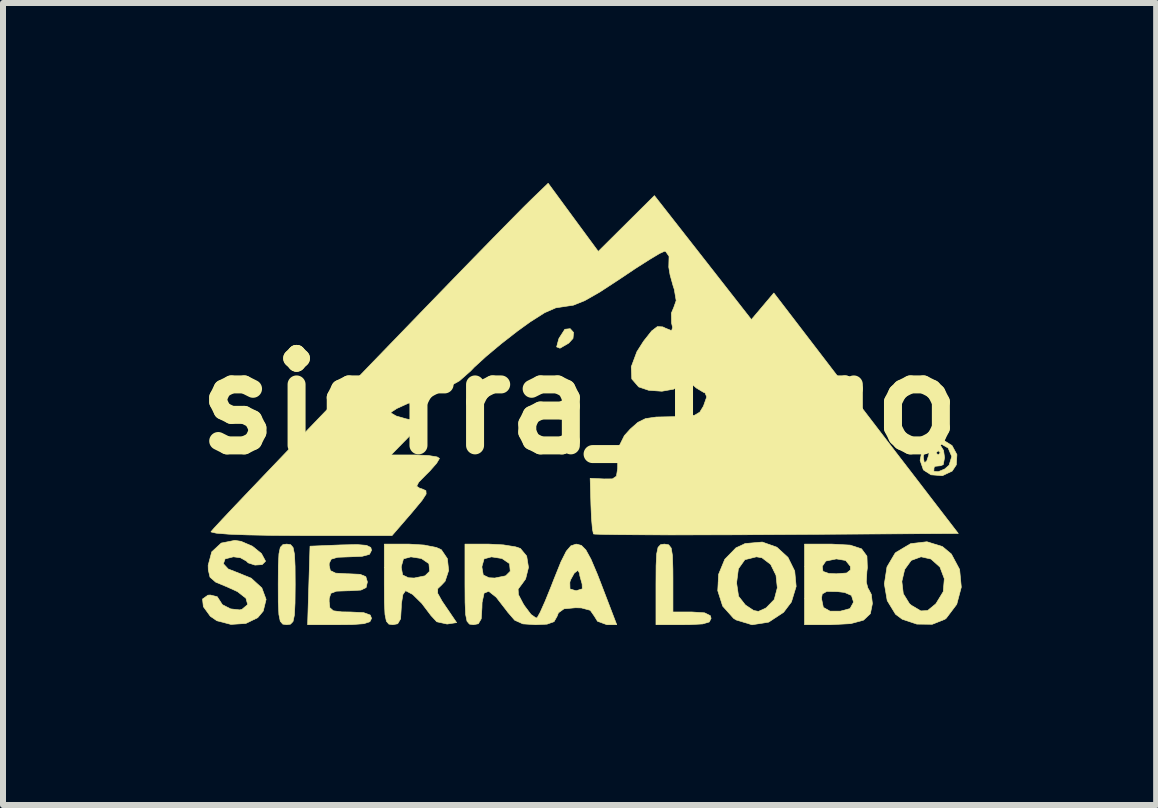
<source format=kicad_pcb>
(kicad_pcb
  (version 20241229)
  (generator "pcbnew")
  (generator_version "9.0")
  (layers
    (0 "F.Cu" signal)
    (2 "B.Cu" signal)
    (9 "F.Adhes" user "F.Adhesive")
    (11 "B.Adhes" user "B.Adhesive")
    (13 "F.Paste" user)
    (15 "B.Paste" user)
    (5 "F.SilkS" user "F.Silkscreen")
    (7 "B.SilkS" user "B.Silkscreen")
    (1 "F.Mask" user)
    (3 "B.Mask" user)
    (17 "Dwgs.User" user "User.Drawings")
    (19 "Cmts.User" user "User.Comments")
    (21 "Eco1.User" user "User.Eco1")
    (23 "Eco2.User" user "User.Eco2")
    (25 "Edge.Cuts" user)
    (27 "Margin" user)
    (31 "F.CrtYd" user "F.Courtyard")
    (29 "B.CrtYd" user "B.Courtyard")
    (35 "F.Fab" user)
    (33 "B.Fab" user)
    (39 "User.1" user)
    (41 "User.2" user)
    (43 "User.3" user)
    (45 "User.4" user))
  (footprint "sierra_logo"
    (layer "F.Cu")
    (at 6.611 3.685)
    (property "Reference" "sierra_logo" (at 0 0 0) (layer "F.SilkS") (effects (font (size 1.524 1.524) (thickness 0.3))))
    (attr through_hole)
    (fp_poly (pts (xy -0.099 -1.192) (xy -0.109 -1.093) (xy -0.18 -1.015) (xy -0.326 -0.93) (xy -0.382 -0.952) (xy -0.347 -1.083) (xy -0.341 -1.097) (xy -0.245 -1.246) (xy -0.156 -1.256) (xy -0.099 -1.192)) (stroke (width 0.01) (type solid)) (fill yes) (layer "F.SilkS"))
    (fp_poly (pts (xy -4.816 2.345) (xy -4.775 2.393) (xy -4.752 2.505) (xy -4.742 2.707) (xy -4.74 3.007) (xy -4.743 3.319) (xy -4.753 3.517) (xy -4.776 3.625) (xy -4.819 3.67) (xy -4.882 3.679) (xy -4.948 3.669) (xy -4.989 3.621) (xy -5.012 3.509) (xy -5.022 3.307) (xy -5.023 3.007) (xy -5.021 2.695) (xy -5.011 2.497) (xy -4.988 2.389) (xy -4.945 2.344) (xy -4.882 2.335) (xy -4.816 2.345)) (stroke (width 0.01) (type solid)) (fill yes) (layer "F.SilkS"))
    (fp_poly (pts (xy 1.486 2.347) (xy 1.528 2.401) (xy 1.549 2.527) (xy 1.556 2.752) (xy 1.557 2.901) (xy 1.557 3.467) (xy 1.875 3.467) (xy 2.085 3.481) (xy 2.18 3.528) (xy 2.193 3.573) (xy 2.163 3.633) (xy 2.053 3.666) (xy 1.838 3.678) (xy 1.733 3.679) (xy 1.274 3.679) (xy 1.274 3.007) (xy 1.276 2.695) (xy 1.286 2.497) (xy 1.309 2.389) (xy 1.352 2.344) (xy 1.415 2.335) (xy 1.486 2.347)) (stroke (width 0.01) (type solid)) (fill yes) (layer "F.SilkS"))
    (fp_poly (pts (xy 3.289 2.387) (xy 3.475 2.557) (xy 3.587 2.784) (xy 3.611 3.041) (xy 3.532 3.3) (xy 3.402 3.472) (xy 3.153 3.636) (xy 2.876 3.68) (xy 2.611 3.6) (xy 2.568 3.573) (xy 2.386 3.369) (xy 2.304 3.112) (xy 2.311 2.982) (xy 2.618 2.982) (xy 2.651 3.205) (xy 2.763 3.348) (xy 2.775 3.357) (xy 2.903 3.442) (xy 2.982 3.457) (xy 3.084 3.412) (xy 3.112 3.397) (xy 3.246 3.259) (xy 3.297 3.064) (xy 3.275 2.855) (xy 3.186 2.674) (xy 3.041 2.563) (xy 2.949 2.547) (xy 2.756 2.595) (xy 2.648 2.747) (xy 2.618 2.982) (xy 2.311 2.982) (xy 2.318 2.839) (xy 2.421 2.589) (xy 2.607 2.398) (xy 2.76 2.326) (xy 3.046 2.301) (xy 3.289 2.387)) (stroke (width 0.01) (type solid)) (fill yes) (layer "F.SilkS"))
    (fp_poly (pts (xy 6.049 2.376) (xy 6.198 2.5) (xy 6.336 2.758) (xy 6.364 3.053) (xy 6.288 3.339) (xy 6.113 3.571) (xy 6.091 3.588) (xy 5.88 3.672) (xy 5.623 3.669) (xy 5.38 3.588) (xy 5.268 3.505) (xy 5.129 3.277) (xy 5.081 2.996) (xy 5.088 2.957) (xy 5.373 2.957) (xy 5.397 3.162) (xy 5.5 3.329) (xy 5.534 3.357) (xy 5.69 3.449) (xy 5.802 3.443) (xy 5.934 3.335) (xy 5.943 3.325) (xy 6.063 3.128) (xy 6.081 2.912) (xy 6.008 2.718) (xy 5.858 2.584) (xy 5.693 2.547) (xy 5.529 2.607) (xy 5.42 2.758) (xy 5.373 2.957) (xy 5.088 2.957) (xy 5.125 2.716) (xy 5.26 2.487) (xy 5.275 2.473) (xy 5.519 2.328) (xy 5.791 2.296) (xy 6.049 2.376)) (stroke (width 0.01) (type solid)) (fill yes) (layer "F.SilkS"))
    (fp_poly (pts (xy -3.552 2.356) (xy -3.48 2.391) (xy -3.467 2.438) (xy -3.502 2.506) (xy -3.625 2.539) (xy -3.821 2.547) (xy -4.033 2.555) (xy -4.139 2.586) (xy -4.173 2.656) (xy -4.174 2.689) (xy -4.154 2.777) (xy -4.067 2.819) (xy -3.879 2.83) (xy -3.856 2.83) (xy -3.657 2.839) (xy -3.563 2.878) (xy -3.538 2.961) (xy -3.538 2.972) (xy -3.558 3.06) (xy -3.645 3.102) (xy -3.833 3.113) (xy -3.856 3.113) (xy -4.052 3.12) (xy -4.146 3.156) (xy -4.173 3.242) (xy -4.174 3.29) (xy -4.163 3.395) (xy -4.104 3.447) (xy -3.963 3.465) (xy -3.821 3.467) (xy -3.598 3.478) (xy -3.489 3.518) (xy -3.467 3.573) (xy -3.495 3.629) (xy -3.595 3.662) (xy -3.793 3.677) (xy -4 3.679) (xy -4.533 3.679) (xy -4.493 2.37) (xy -3.98 2.349) (xy -3.709 2.343) (xy -3.552 2.356)) (stroke (width 0.01) (type solid)) (fill yes) (layer "F.SilkS"))
    (fp_poly (pts (xy -5.643 2.289) (xy -5.454 2.37) (xy -5.303 2.492) (xy -5.236 2.616) (xy -5.236 2.623) (xy -5.291 2.677) (xy -5.41 2.685) (xy -5.524 2.648) (xy -5.554 2.618) (xy -5.652 2.563) (xy -5.77 2.547) (xy -5.909 2.582) (xy -5.937 2.663) (xy -5.857 2.75) (xy -5.749 2.792) (xy -5.474 2.903) (xy -5.296 3.066) (xy -5.225 3.257) (xy -5.273 3.452) (xy -5.365 3.562) (xy -5.563 3.658) (xy -5.811 3.674) (xy -6.046 3.613) (xy -6.155 3.538) (xy -6.271 3.378) (xy -6.285 3.251) (xy -6.195 3.187) (xy -6.155 3.184) (xy -6.04 3.212) (xy -6.014 3.252) (xy -5.954 3.345) (xy -5.817 3.415) (xy -5.666 3.432) (xy -5.626 3.422) (xy -5.532 3.343) (xy -5.561 3.238) (xy -5.703 3.127) (xy -5.872 3.05) (xy -6.066 2.969) (xy -6.16 2.887) (xy -6.189 2.765) (xy -6.191 2.689) (xy -6.131 2.464) (xy -5.973 2.318) (xy -5.746 2.273) (xy -5.643 2.289)) (stroke (width 0.01) (type solid)) (fill yes) (layer "F.SilkS"))
    (fp_poly (pts (xy -2.59 2.351) (xy -2.385 2.392) (xy -2.304 2.429) (xy -2.203 2.578) (xy -2.182 2.775) (xy -2.241 2.954) (xy -2.297 3.014) (xy -2.364 3.078) (xy -2.365 3.155) (xy -2.292 3.286) (xy -2.233 3.373) (xy -2.049 3.644) (xy -2.208 3.668) (xy -2.38 3.63) (xy -2.475 3.528) (xy -2.631 3.322) (xy -2.783 3.173) (xy -2.898 3.113) (xy -2.901 3.113) (xy -2.945 3.176) (xy -2.97 3.333) (xy -2.972 3.396) (xy -2.983 3.581) (xy -3.031 3.663) (xy -3.113 3.679) (xy -3.179 3.669) (xy -3.22 3.621) (xy -3.243 3.509) (xy -3.253 3.307) (xy -3.255 3.007) (xy -3.255 2.724) (xy -2.972 2.724) (xy -2.949 2.85) (xy -2.853 2.896) (xy -2.757 2.901) (xy -2.576 2.864) (xy -2.499 2.788) (xy -2.511 2.661) (xy -2.637 2.575) (xy -2.812 2.548) (xy -2.935 2.581) (xy -2.971 2.707) (xy -2.972 2.724) (xy -3.255 2.724) (xy -3.255 2.335) (xy -2.844 2.335) (xy -2.59 2.351)) (stroke (width 0.01) (type solid)) (fill yes) (layer "F.SilkS"))
    (fp_poly (pts (xy 4.511 2.352) (xy 4.701 2.414) (xy 4.791 2.536) (xy 4.798 2.731) (xy 4.79 2.794) (xy 4.78 2.968) (xy 4.808 3.074) (xy 4.816 3.081) (xy 4.864 3.174) (xy 4.882 3.327) (xy 4.848 3.495) (xy 4.734 3.603) (xy 4.521 3.661) (xy 4.189 3.679) (xy 4.179 3.679) (xy 3.75 3.679) (xy 3.75 3.239) (xy 4.033 3.239) (xy 4.064 3.39) (xy 4.175 3.453) (xy 4.349 3.453) (xy 4.509 3.41) (xy 4.563 3.312) (xy 4.564 3.29) (xy 4.533 3.191) (xy 4.418 3.141) (xy 4.298 3.127) (xy 4.122 3.124) (xy 4.046 3.166) (xy 4.033 3.239) (xy 3.75 3.239) (xy 3.75 2.706) (xy 4.046 2.706) (xy 4.058 2.79) (xy 4.157 2.825) (xy 4.281 2.83) (xy 4.452 2.817) (xy 4.516 2.766) (xy 4.515 2.706) (xy 4.436 2.608) (xy 4.281 2.582) (xy 4.106 2.618) (xy 4.046 2.706) (xy 3.75 2.706) (xy 3.75 2.335) (xy 4.201 2.335) (xy 4.511 2.352)) (stroke (width 0.01) (type solid)) (fill yes) (layer "F.SilkS"))
    (fp_poly (pts (xy 6.209 0.692) (xy 6.291 0.843) (xy 6.281 1.014) (xy 6.212 1.118) (xy 6.049 1.195) (xy 5.859 1.18) (xy 5.77 1.123) (xy 5.906 1.123) (xy 5.981 1.128) (xy 6.088 1.083) (xy 6.16 1.02) (xy 6.205 0.875) (xy 6.145 0.734) (xy 6.025 0.664) (xy 5.989 0.669) (xy 6.012 0.683) (xy 6.068 0.774) (xy 6.085 0.894) (xy 6.063 1.011) (xy 6.019 1.029) (xy 5.928 1.038) (xy 5.909 1.06) (xy 5.906 1.123) (xy 5.77 1.123) (xy 5.732 1.098) (xy 5.677 0.938) (xy 5.687 0.889) (xy 5.731 0.889) (xy 5.748 0.983) (xy 5.788 0.949) (xy 5.822 0.849) (xy 5.824 0.814) (xy 5.943 0.814) (xy 5.979 0.849) (xy 6.014 0.814) (xy 5.979 0.778) (xy 5.943 0.814) (xy 5.824 0.814) (xy 5.827 0.753) (xy 5.795 0.747) (xy 5.736 0.845) (xy 5.731 0.889) (xy 5.687 0.889) (xy 5.713 0.758) (xy 5.823 0.624) (xy 5.87 0.602) (xy 6.06 0.599) (xy 6.209 0.692)) (stroke (width 0.01) (type solid)) (fill yes) (layer "F.SilkS"))
    (fp_poly (pts (xy -1.27 2.348) (xy -1.066 2.381) (xy -0.986 2.408) (xy -0.881 2.535) (xy -0.851 2.724) (xy -0.899 2.916) (xy -0.961 3.002) (xy -1.024 3.086) (xy -1.019 3.177) (xy -0.941 3.326) (xy -0.916 3.366) (xy -0.809 3.508) (xy -0.725 3.567) (xy -0.705 3.56) (xy -0.656 3.472) (xy -0.572 3.284) (xy -0.47 3.032) (xy -0.446 2.97) (xy -0.162 2.97) (xy -0.159 3.083) (xy -0.057 3.113) (xy 0.046 3.081) (xy 0.043 3.001) (xy 0.005 2.864) (xy 0 2.82) (xy -0.028 2.773) (xy -0.088 2.819) (xy -0.148 2.928) (xy -0.162 2.97) (xy -0.446 2.97) (xy -0.426 2.919) (xy -0.31 2.631) (xy -0.221 2.454) (xy -0.144 2.364) (xy -0.062 2.337) (xy -0.048 2.336) (xy 0.031 2.357) (xy 0.106 2.433) (xy 0.19 2.586) (xy 0.298 2.84) (xy 0.363 3.008) (xy 0.62 3.679) (xy 0.456 3.679) (xy 0.3 3.622) (xy 0.248 3.538) (xy 0.179 3.439) (xy 0.031 3.399) (xy -0.067 3.396) (xy -0.259 3.414) (xy -0.352 3.481) (xy -0.374 3.538) (xy -0.425 3.628) (xy -0.542 3.67) (xy -0.731 3.679) (xy -0.945 3.665) (xy -1.081 3.604) (xy -1.201 3.465) (xy -1.212 3.449) (xy -1.389 3.221) (xy -1.514 3.122) (xy -1.591 3.152) (xy -1.625 3.31) (xy -1.627 3.396) (xy -1.639 3.581) (xy -1.687 3.663) (xy -1.769 3.679) (xy -1.835 3.669) (xy -1.876 3.621) (xy -1.899 3.509) (xy -1.908 3.307) (xy -1.91 3.007) (xy -1.91 2.724) (xy -1.627 2.724) (xy -1.605 2.85) (xy -1.509 2.896) (xy -1.413 2.901) (xy -1.231 2.864) (xy -1.155 2.788) (xy -1.167 2.661) (xy -1.293 2.575) (xy -1.468 2.548) (xy -1.591 2.581) (xy -1.627 2.707) (xy -1.627 2.724) (xy -1.91 2.724) (xy -1.91 2.335) (xy -1.517 2.335) (xy -1.27 2.348)) (stroke (width 0.01) (type solid)) (fill yes) (layer "F.SilkS"))
    (fp_poly (pts (xy -0.106 -3.112) (xy 0.312 -2.544) (xy 1.248 -3.474) (xy 2.057 -2.441) (xy 2.865 -1.408) (xy 3.239 -1.851) (xy 4.287 -0.483) (xy 4.614 -0.057) (xy 4.944 0.374) (xy 5.257 0.783) (xy 5.534 1.143) (xy 5.753 1.428) (xy 5.824 1.521) (xy 6.314 2.158) (xy 3.287 2.176) (xy 2.647 2.18) (xy 2.051 2.181) (xy 1.515 2.182) (xy 1.054 2.18) (xy 0.681 2.178) (xy 0.411 2.174) (xy 0.26 2.169) (xy 0.232 2.166) (xy 0.215 2.085) (xy 0.199 1.904) (xy 0.19 1.687) (xy 0.177 1.238) (xy 0.407 1.249) (xy 0.548 1.248) (xy 0.615 1.203) (xy 0.635 1.076) (xy 0.637 0.942) (xy 0.659 0.704) (xy 0.747 0.527) (xy 0.844 0.419) (xy 0.972 0.306) (xy 1.1 0.243) (xy 1.278 0.217) (xy 1.517 0.212) (xy 1.77 0.208) (xy 1.92 0.186) (xy 2.005 0.135) (xy 2.063 0.04) (xy 2.07 0.023) (xy 2.12 -0.119) (xy 2.092 -0.185) (xy 2.067 -0.195) (xy 1.947 -0.267) (xy 1.866 -0.337) (xy 1.773 -0.412) (xy 1.714 -0.376) (xy 1.687 -0.331) (xy 1.57 -0.248) (xy 1.373 -0.213) (xy 1.152 -0.229) (xy 0.986 -0.285) (xy 0.871 -0.418) (xy 0.862 -0.62) (xy 0.956 -0.872) (xy 1.067 -1.047) (xy 1.203 -1.219) (xy 1.298 -1.291) (xy 1.387 -1.286) (xy 1.431 -1.265) (xy 1.535 -1.222) (xy 1.551 -1.278) (xy 1.534 -1.35) (xy 1.531 -1.516) (xy 1.57 -1.608) (xy 1.611 -1.724) (xy 1.579 -1.912) (xy 1.561 -1.966) (xy 1.509 -2.153) (xy 1.487 -2.284) (xy 1.488 -2.3) (xy 1.492 -2.462) (xy 1.435 -2.544) (xy 1.417 -2.547) (xy 1.334 -2.509) (xy 1.162 -2.406) (xy 0.925 -2.255) (xy 0.675 -2.087) (xy 0.337 -1.866) (xy 0.086 -1.723) (xy -0.104 -1.647) (xy -0.241 -1.627) (xy -0.397 -1.603) (xy -0.582 -1.522) (xy -0.824 -1.368) (xy -1.037 -1.214) (xy -1.308 -1.003) (xy -1.561 -0.791) (xy -1.757 -0.612) (xy -1.814 -0.552) (xy -2.001 -0.387) (xy -2.257 -0.243) (xy -2.607 -0.106) (xy -2.86 -0.01) (xy -3.047 0.075) (xy -3.139 0.135) (xy -3.143 0.15) (xy -3.056 0.2) (xy -2.888 0.248) (xy -2.857 0.254) (xy -2.607 0.301) (xy -2.874 0.575) (xy -3.142 0.849) (xy -2.738 0.849) (xy -2.521 0.858) (xy -2.374 0.882) (xy -2.335 0.907) (xy -2.382 0.987) (xy -2.499 1.12) (xy -2.552 1.172) (xy -2.681 1.303) (xy -2.715 1.37) (xy -2.663 1.405) (xy -2.626 1.415) (xy -2.561 1.444) (xy -2.557 1.5) (xy -2.626 1.607) (xy -2.779 1.791) (xy -2.805 1.822) (xy -3.126 2.193) (xy -4.647 2.193) (xy -5.127 2.19) (xy -5.533 2.182) (xy -5.848 2.17) (xy -6.056 2.153) (xy -6.142 2.133) (xy -6.144 2.129) (xy -6.092 2.069) (xy -5.953 1.919) (xy -5.737 1.69) (xy -5.455 1.394) (xy -5.119 1.042) (xy -4.739 0.645) (xy -4.326 0.215) (xy -3.891 -0.237) (xy -3.445 -0.7) (xy -2.999 -1.161) (xy -2.564 -1.611) (xy -2.151 -2.037) (xy -1.771 -2.428) (xy -1.435 -2.772) (xy -1.153 -3.059) (xy -0.938 -3.277) (xy -0.799 -3.414) (xy -0.799 -3.414) (xy -0.523 -3.68) (xy -0.106 -3.112)) (stroke (width 0.01) (type solid)) (fill yes) (layer "F.SilkS")))
  (gr_rect
    (start -3 -3)
    (end 16.223 10.37)
    (stroke (width 0.1) (type default))
    (fill no)
    (layer "Edge.Cuts")))
</source>
